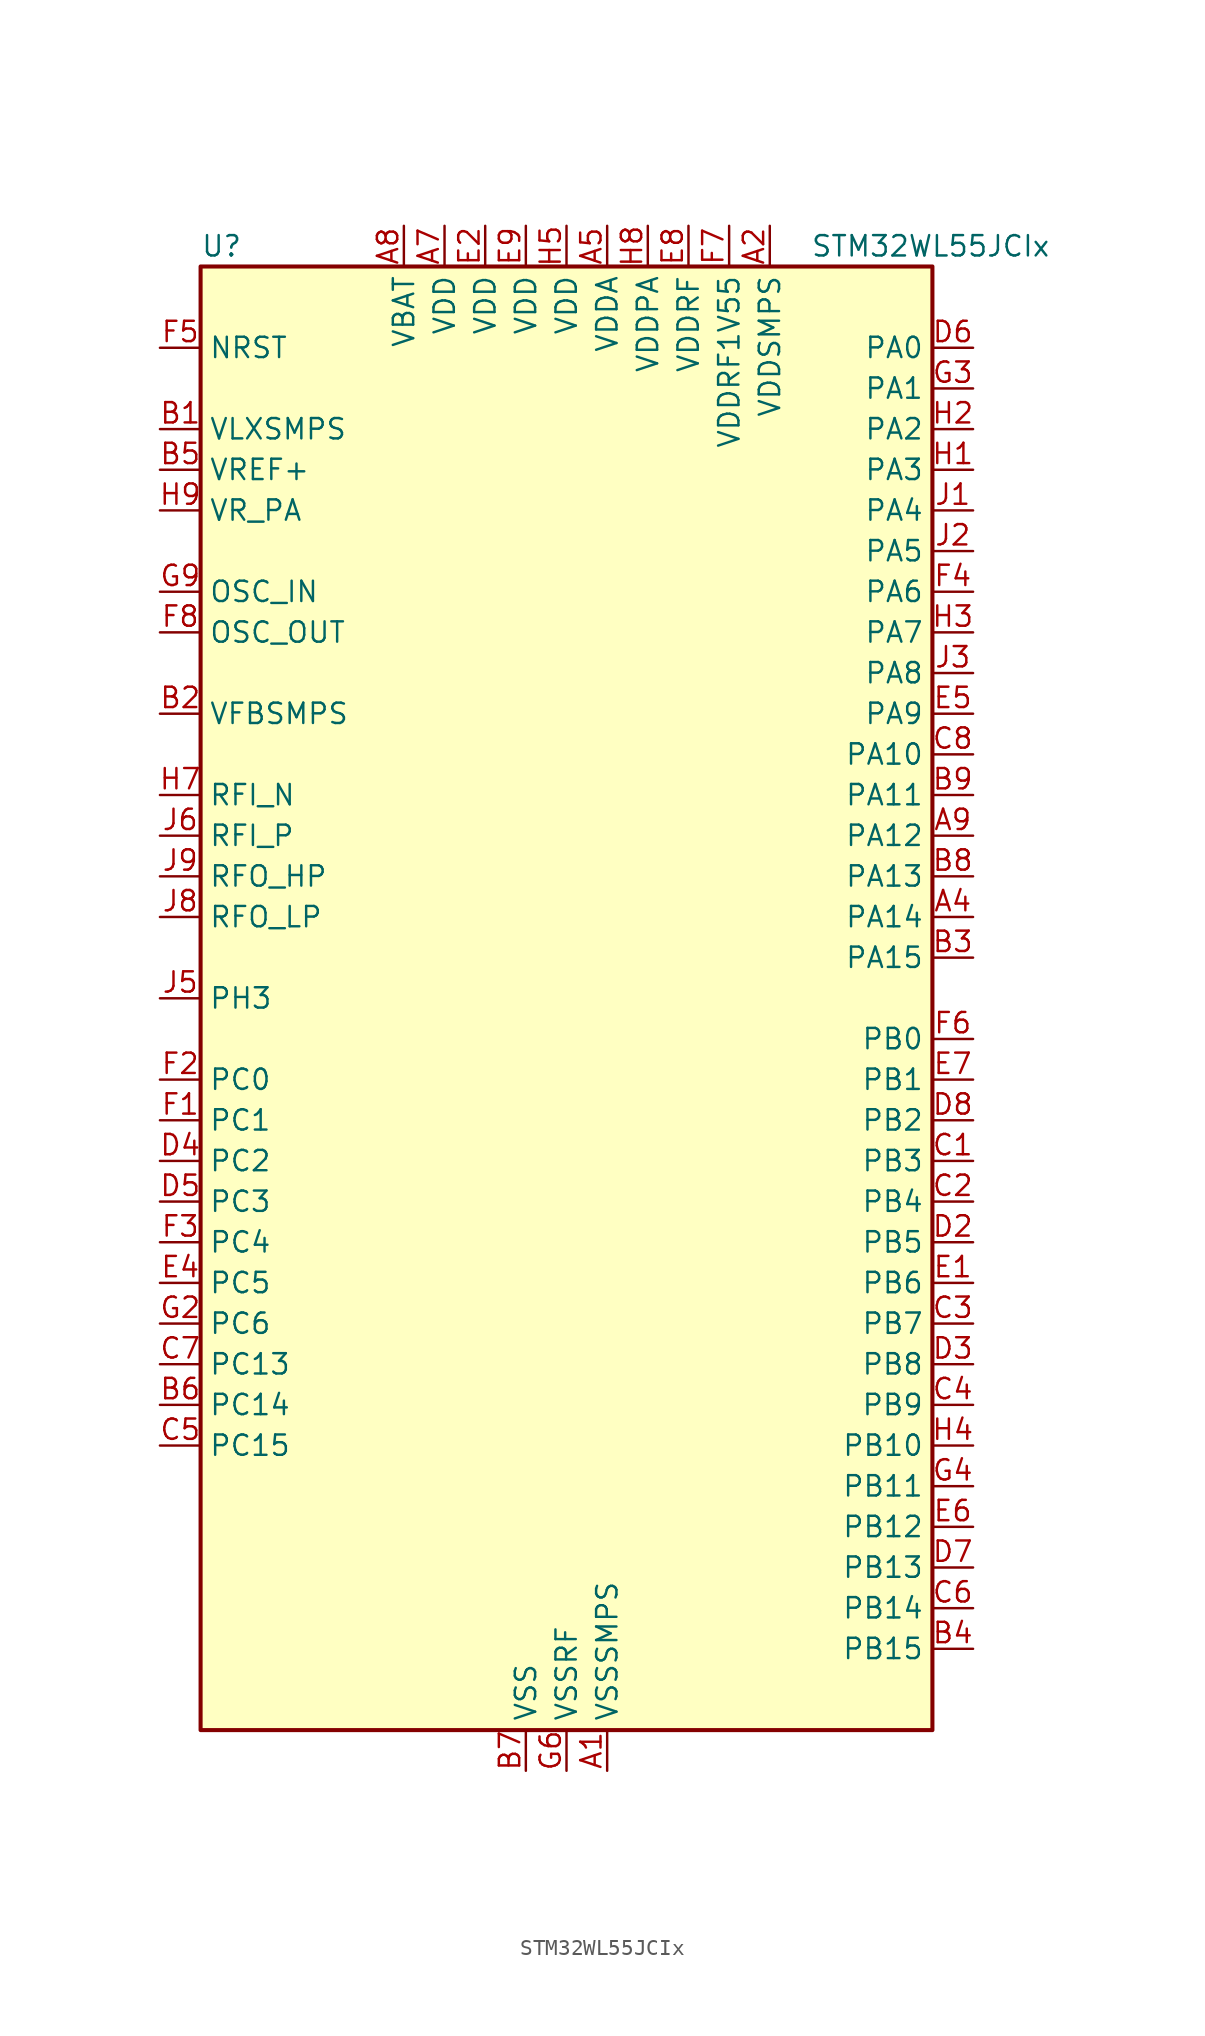
<source format=kicad_sym>
(kicad_symbol_lib
  (version 20241209)
  (generator "kicad_symbol_editor")
  (generator_version "9.0")
  (symbol "STM32WL55JCIx"
    (property "Reference" "U"
      (at -22.86 46.99 0)
      (effects (font (size 1.27 1.27)) (justify left)))
    (property "Value" "STM32WL55JCIx"
      (at 15.24 46.99 0)
      (effects (font (size 1.27 1.27)) (justify left)))
    (symbol "STM32WL55JCIx_0_1"
      (rectangle (start -22.86 -45.72) (end 22.86 45.72) (stroke (width 0.254) (type default)) (fill (type background))))
    (symbol "STM32WL55JCIx_1_1"
      (pin input line (at -25.4 40.64 0) (length 2.54) (name "NRST" (effects (font (size 1.27 1.27)))) (number "F5" (effects (font (size 1.27 1.27)))))
      (pin power_in line (at -25.4 35.56 0) (length 2.54) (name "VLXSMPS" (effects (font (size 1.27 1.27)))) (number "B1" (effects (font (size 1.27 1.27)))))
      (pin input line (at -25.4 33.02 0) (length 2.54) (name "VREF+" (effects (font (size 1.27 1.27)))) (number "B5" (effects (font (size 1.27 1.27)))) (alternate "VREFBUF_OUT" bidirectional line))
      (pin power_in line (at -25.4 30.48 0) (length 2.54) (name "VR_PA" (effects (font (size 1.27 1.27)))) (number "H9" (effects (font (size 1.27 1.27)))))
      (pin input line (at -25.4 25.4 0) (length 2.54) (name "OSC_IN" (effects (font (size 1.27 1.27)))) (number "G9" (effects (font (size 1.27 1.27)))) (alternate "RCC_OSC_IN" bidirectional line))
      (pin input line (at -25.4 22.86 0) (length 2.54) (name "OSC_OUT" (effects (font (size 1.27 1.27)))) (number "F8" (effects (font (size 1.27 1.27)))) (alternate "RCC_OSC_OUT" bidirectional line))
      (pin input line (at -25.4 17.78 0) (length 2.54) (name "VFBSMPS" (effects (font (size 1.27 1.27)))) (number "B2" (effects (font (size 1.27 1.27)))))
      (pin bidirectional line (at -25.4 12.7 0) (length 2.54) (name "RFI_N" (effects (font (size 1.27 1.27)))) (number "H7" (effects (font (size 1.27 1.27)))))
      (pin bidirectional line (at -25.4 10.16 0) (length 2.54) (name "RFI_P" (effects (font (size 1.27 1.27)))) (number "J6" (effects (font (size 1.27 1.27)))))
      (pin bidirectional line (at -25.4 7.62 0) (length 2.54) (name "RFO_HP" (effects (font (size 1.27 1.27)))) (number "J9" (effects (font (size 1.27 1.27)))))
      (pin bidirectional line (at -25.4 5.08 0) (length 2.54) (name "RFO_LP" (effects (font (size 1.27 1.27)))) (number "J8" (effects (font (size 1.27 1.27)))))
      (pin bidirectional line (at -25.4 0 0) (length 2.54) (name "PH3" (effects (font (size 1.27 1.27)))) (number "J5" (effects (font (size 1.27 1.27)))))
      (pin bidirectional line (at -25.4 -5.08 0) (length 2.54) (name "PC0" (effects (font (size 1.27 1.27)))) (number "F2" (effects (font (size 1.27 1.27)))) (alternate "I2C3_SCL" bidirectional line) (alternate "LPTIM1_IN1" bidirectional line) (alternate "LPTIM2_IN1" bidirectional line) (alternate "LPUART1_RX" bidirectional line))
      (pin bidirectional line (at -25.4 -7.62 0) (length 2.54) (name "PC1" (effects (font (size 1.27 1.27)))) (number "F1" (effects (font (size 1.27 1.27)))) (alternate "I2C3_SDA" bidirectional line) (alternate "I2S2_SD" bidirectional line) (alternate "LPTIM1_OUT" bidirectional line) (alternate "LPUART1_TX" bidirectional line) (alternate "SPI2_MOSI" bidirectional line))
      (pin bidirectional line (at -25.4 -10.16 0) (length 2.54) (name "PC2" (effects (font (size 1.27 1.27)))) (number "D4" (effects (font (size 1.27 1.27)))) (alternate "LPTIM1_IN2" bidirectional line) (alternate "SPI2_MISO" bidirectional line))
      (pin bidirectional line (at -25.4 -12.7 0) (length 2.54) (name "PC3" (effects (font (size 1.27 1.27)))) (number "D5" (effects (font (size 1.27 1.27)))) (alternate "I2S2_SD" bidirectional line) (alternate "LPTIM1_ETR" bidirectional line) (alternate "LPTIM2_ETR" bidirectional line) (alternate "SPI2_MOSI" bidirectional line))
      (pin bidirectional line (at -25.4 -15.24 0) (length 2.54) (name "PC4" (effects (font (size 1.27 1.27)))) (number "F3" (effects (font (size 1.27 1.27)))))
      (pin bidirectional line (at -25.4 -17.78 0) (length 2.54) (name "PC5" (effects (font (size 1.27 1.27)))) (number "E4" (effects (font (size 1.27 1.27)))))
      (pin bidirectional line (at -25.4 -20.32 0) (length 2.54) (name "PC6" (effects (font (size 1.27 1.27)))) (number "G2" (effects (font (size 1.27 1.27)))) (alternate "I2S2_MCK" bidirectional line))
      (pin bidirectional line (at -25.4 -22.86 0) (length 2.54) (name "PC13" (effects (font (size 1.27 1.27)))) (number "C7" (effects (font (size 1.27 1.27)))) (alternate "PWR_WKUP2" bidirectional line) (alternate "RTC_OUT1" bidirectional line) (alternate "RTC_TAMP_IN1" bidirectional line) (alternate "RTC_TS" bidirectional line))
      (pin bidirectional line (at -25.4 -25.4 0) (length 2.54) (name "PC14" (effects (font (size 1.27 1.27)))) (number "B6" (effects (font (size 1.27 1.27)))) (alternate "RCC_OSC32_IN" bidirectional line))
      (pin bidirectional line (at -25.4 -27.94 0) (length 2.54) (name "PC15" (effects (font (size 1.27 1.27)))) (number "C5" (effects (font (size 1.27 1.27)))) (alternate "RCC_OSC32_OUT" bidirectional line))
      (pin power_in line (at -10.16 48.26 270) (length 2.54) (name "VBAT" (effects (font (size 1.27 1.27)))) (number "A8" (effects (font (size 1.27 1.27)))))
      (pin power_in line (at -7.62 48.26 270) (length 2.54) (name "VDD" (effects (font (size 1.27 1.27)))) (number "A7" (effects (font (size 1.27 1.27)))))
      (pin power_in line (at -5.08 48.26 270) (length 2.54) (name "VDD" (effects (font (size 1.27 1.27)))) (number "E2" (effects (font (size 1.27 1.27)))))
      (pin power_in line (at -2.54 48.26 270) (length 2.54) (name "VDD" (effects (font (size 1.27 1.27)))) (number "E9" (effects (font (size 1.27 1.27)))))
      (pin power_in line (at -2.54 -48.26 90) (length 2.54) (name "VSS" (effects (font (size 1.27 1.27)))) (number "B7" (effects (font (size 1.27 1.27)))))
      (pin passive line (at -2.54 -48.26 90) (length 2.54) (hide yes) (name "VSS" (effects (font (size 1.27 1.27)))) (number "D9" (effects (font (size 1.27 1.27)))))
      (pin passive line (at -2.54 -48.26 90) (length 2.54) (hide yes) (name "VSS" (effects (font (size 1.27 1.27)))) (number "E3" (effects (font (size 1.27 1.27)))))
      (pin passive line (at -2.54 -48.26 90) (length 2.54) (hide yes) (name "VSS" (effects (font (size 1.27 1.27)))) (number "G5" (effects (font (size 1.27 1.27)))))
      (pin power_in line (at 0 48.26 270) (length 2.54) (name "VDD" (effects (font (size 1.27 1.27)))) (number "H5" (effects (font (size 1.27 1.27)))))
      (pin power_in line (at 0 -48.26 90) (length 2.54) (name "VSSRF" (effects (font (size 1.27 1.27)))) (number "G6" (effects (font (size 1.27 1.27)))))
      (pin passive line (at 0 -48.26 90) (length 2.54) (hide yes) (name "VSSRF" (effects (font (size 1.27 1.27)))) (number "G7" (effects (font (size 1.27 1.27)))))
      (pin passive line (at 0 -48.26 90) (length 2.54) (hide yes) (name "VSSRF" (effects (font (size 1.27 1.27)))) (number "G8" (effects (font (size 1.27 1.27)))))
      (pin passive line (at 0 -48.26 90) (length 2.54) (hide yes) (name "VSSRF" (effects (font (size 1.27 1.27)))) (number "H6" (effects (font (size 1.27 1.27)))))
      (pin power_in line (at 2.54 48.26 270) (length 2.54) (name "VDDA" (effects (font (size 1.27 1.27)))) (number "A5" (effects (font (size 1.27 1.27)))))
      (pin power_in line (at 2.54 -48.26 90) (length 2.54) (name "VSSSMPS" (effects (font (size 1.27 1.27)))) (number "A1" (effects (font (size 1.27 1.27)))))
      (pin power_in line (at 5.08 48.26 270) (length 2.54) (name "VDDPA" (effects (font (size 1.27 1.27)))) (number "H8" (effects (font (size 1.27 1.27)))))
      (pin power_in line (at 7.62 48.26 270) (length 2.54) (name "VDDRF" (effects (font (size 1.27 1.27)))) (number "E8" (effects (font (size 1.27 1.27)))))
      (pin power_in line (at 10.16 48.26 270) (length 2.54) (name "VDDRF1V55" (effects (font (size 1.27 1.27)))) (number "F7" (effects (font (size 1.27 1.27)))))
      (pin power_in line (at 12.7 48.26 270) (length 2.54) (name "VDDSMPS" (effects (font (size 1.27 1.27)))) (number "A2" (effects (font (size 1.27 1.27)))))
      (pin bidirectional line (at 25.4 40.64 180) (length 2.54) (name "PA0" (effects (font (size 1.27 1.27)))) (number "D6" (effects (font (size 1.27 1.27)))) (alternate "COMP1_OUT" bidirectional line) (alternate "DEBUG_PWR-REGLP1S" bidirectional line) (alternate "I2C3_SMBA" bidirectional line) (alternate "I2S_CKIN" bidirectional line) (alternate "PWR_WKUP1" bidirectional line) (alternate "RTC_TAMP_IN2" bidirectional line) (alternate "TIM2_CH1" bidirectional line) (alternate "TIM2_ETR" bidirectional line) (alternate "USART2_CTS" bidirectional line) (alternate "USART2_NSS" bidirectional line))
      (pin bidirectional line (at 25.4 38.1 180) (length 2.54) (name "PA1" (effects (font (size 1.27 1.27)))) (number "G3" (effects (font (size 1.27 1.27)))) (alternate "DEBUG_PWR-REGLP2S" bidirectional line) (alternate "I2C1_SMBA" bidirectional line) (alternate "LPTIM3_OUT" bidirectional line) (alternate "LPUART1_RTS" bidirectional line) (alternate "SPI1_SCK" bidirectional line) (alternate "TIM2_CH2" bidirectional line) (alternate "USART2_DE" bidirectional line) (alternate "USART2_RTS" bidirectional line))
      (pin bidirectional line (at 25.4 35.56 180) (length 2.54) (name "PA2" (effects (font (size 1.27 1.27)))) (number "H2" (effects (font (size 1.27 1.27)))) (alternate "COMP2_OUT" bidirectional line) (alternate "DEBUG_PWR-LDORDY" bidirectional line) (alternate "LPUART1_TX" bidirectional line) (alternate "RCC_LSCO" bidirectional line) (alternate "TIM2_CH3" bidirectional line) (alternate "USART2_TX" bidirectional line))
      (pin bidirectional line (at 25.4 33.02 180) (length 2.54) (name "PA3" (effects (font (size 1.27 1.27)))) (number "H1" (effects (font (size 1.27 1.27)))) (alternate "I2S2_MCK" bidirectional line) (alternate "LPUART1_RX" bidirectional line) (alternate "TIM2_CH4" bidirectional line) (alternate "USART2_RX" bidirectional line))
      (pin bidirectional line (at 25.4 30.48 180) (length 2.54) (name "PA4" (effects (font (size 1.27 1.27)))) (number "J1" (effects (font (size 1.27 1.27)))) (alternate "DEBUG_SUBGHZSPI-NSSOUT" bidirectional line) (alternate "LPTIM1_OUT" bidirectional line) (alternate "LPTIM2_OUT" bidirectional line) (alternate "RTC_OUT2" bidirectional line) (alternate "SPI1_NSS" bidirectional line) (alternate "USART2_CK" bidirectional line))
      (pin bidirectional line (at 25.4 27.94 180) (length 2.54) (name "PA5" (effects (font (size 1.27 1.27)))) (number "J2" (effects (font (size 1.27 1.27)))) (alternate "DEBUG_SUBGHZSPI-SCKOUT" bidirectional line) (alternate "LPTIM2_ETR" bidirectional line) (alternate "SPI1_SCK" bidirectional line) (alternate "SPI2_MISO" bidirectional line) (alternate "TIM2_CH1" bidirectional line) (alternate "TIM2_ETR" bidirectional line))
      (pin bidirectional line (at 25.4 25.4 180) (length 2.54) (name "PA6" (effects (font (size 1.27 1.27)))) (number "F4" (effects (font (size 1.27 1.27)))) (alternate "DEBUG_SUBGHZSPI-MISOOUT" bidirectional line) (alternate "I2C2_SMBA" bidirectional line) (alternate "LPUART1_CTS" bidirectional line) (alternate "SPI1_MISO" bidirectional line) (alternate "TIM16_CH1" bidirectional line) (alternate "TIM1_BKIN" bidirectional line))
      (pin bidirectional line (at 25.4 22.86 180) (length 2.54) (name "PA7" (effects (font (size 1.27 1.27)))) (number "H3" (effects (font (size 1.27 1.27)))) (alternate "COMP2_OUT" bidirectional line) (alternate "DEBUG_SUBGHZSPI-MOSIOUT" bidirectional line) (alternate "I2C3_SCL" bidirectional line) (alternate "SPI1_MOSI" bidirectional line) (alternate "TIM17_CH1" bidirectional line) (alternate "TIM1_CH1N" bidirectional line))
      (pin bidirectional line (at 25.4 20.32 180) (length 2.54) (name "PA8" (effects (font (size 1.27 1.27)))) (number "J3" (effects (font (size 1.27 1.27)))) (alternate "I2S2_CK" bidirectional line) (alternate "LPTIM2_OUT" bidirectional line) (alternate "RCC_MCO" bidirectional line) (alternate "SPI2_SCK" bidirectional line) (alternate "TIM1_CH1" bidirectional line) (alternate "USART1_CK" bidirectional line))
      (pin bidirectional line (at 25.4 17.78 180) (length 2.54) (name "PA9" (effects (font (size 1.27 1.27)))) (number "E5" (effects (font (size 1.27 1.27)))) (alternate "DAC_EXTI9" bidirectional line) (alternate "I2C1_SCL" bidirectional line) (alternate "I2S2_CK" bidirectional line) (alternate "I2S2_WS" bidirectional line) (alternate "SPI2_NSS" bidirectional line) (alternate "SPI2_SCK" bidirectional line) (alternate "TIM1_CH2" bidirectional line) (alternate "USART1_TX" bidirectional line))
      (pin bidirectional line (at 25.4 15.24 180) (length 2.54) (name "PA10" (effects (font (size 1.27 1.27)))) (number "C8" (effects (font (size 1.27 1.27)))) (alternate "ADC_IN6" bidirectional line) (alternate "COMP1_INM" bidirectional line) (alternate "COMP2_INM" bidirectional line) (alternate "DAC_OUT1" bidirectional line) (alternate "DEBUG_RF-HSE32RDY" bidirectional line) (alternate "I2C1_SDA" bidirectional line) (alternate "I2S2_SD" bidirectional line) (alternate "RTC_REFIN" bidirectional line) (alternate "SPI2_MOSI" bidirectional line) (alternate "TIM17_BKIN" bidirectional line) (alternate "TIM1_CH3" bidirectional line) (alternate "USART1_RX" bidirectional line))
      (pin bidirectional line (at 25.4 12.7 180) (length 2.54) (name "PA11" (effects (font (size 1.27 1.27)))) (number "B9" (effects (font (size 1.27 1.27)))) (alternate "ADC_EXTI11" bidirectional line) (alternate "ADC_IN7" bidirectional line) (alternate "COMP1_INM" bidirectional line) (alternate "COMP2_INM" bidirectional line) (alternate "DEBUG_RF-NRESET" bidirectional line) (alternate "I2C2_SDA" bidirectional line) (alternate "LPTIM3_ETR" bidirectional line) (alternate "SPI1_MISO" bidirectional line) (alternate "TIM1_BKIN2" bidirectional line) (alternate "TIM1_CH4" bidirectional line) (alternate "USART1_CTS" bidirectional line) (alternate "USART1_NSS" bidirectional line))
      (pin bidirectional line (at 25.4 10.16 180) (length 2.54) (name "PA12" (effects (font (size 1.27 1.27)))) (number "A9" (effects (font (size 1.27 1.27)))) (alternate "ADC_IN8" bidirectional line) (alternate "DEBUG_RF-BUSY" bidirectional line) (alternate "I2C2_SCL" bidirectional line) (alternate "LPTIM3_IN1" bidirectional line) (alternate "SPI1_MOSI" bidirectional line) (alternate "TIM1_ETR" bidirectional line) (alternate "USART1_DE" bidirectional line) (alternate "USART1_RTS" bidirectional line))
      (pin bidirectional line (at 25.4 7.62 180) (length 2.54) (name "PA13" (effects (font (size 1.27 1.27)))) (number "B8" (effects (font (size 1.27 1.27)))) (alternate "ADC_IN9" bidirectional line) (alternate "DEBUG_JTMS-SWDIO" bidirectional line) (alternate "I2C2_SMBA" bidirectional line) (alternate "IR_OUT" bidirectional line))
      (pin bidirectional line (at 25.4 5.08 180) (length 2.54) (name "PA14" (effects (font (size 1.27 1.27)))) (number "A4" (effects (font (size 1.27 1.27)))) (alternate "ADC_IN10" bidirectional line) (alternate "DEBUG_JTCK-SWCLK" bidirectional line) (alternate "I2C1_SMBA" bidirectional line) (alternate "LPTIM1_OUT" bidirectional line))
      (pin bidirectional line (at 25.4 2.54 180) (length 2.54) (name "PA15" (effects (font (size 1.27 1.27)))) (number "B3" (effects (font (size 1.27 1.27)))) (alternate "ADC_IN11" bidirectional line) (alternate "COMP1_INM" bidirectional line) (alternate "COMP2_INP" bidirectional line) (alternate "DEBUG_JTDI" bidirectional line) (alternate "I2C2_SDA" bidirectional line) (alternate "SPI1_NSS" bidirectional line) (alternate "TIM2_CH1" bidirectional line) (alternate "TIM2_ETR" bidirectional line))
      (pin bidirectional line (at 25.4 -2.54 180) (length 2.54) (name "PB0" (effects (font (size 1.27 1.27)))) (number "F6" (effects (font (size 1.27 1.27)))) (alternate "COMP1_OUT" bidirectional line) (alternate "VDDTCXO" bidirectional line))
      (pin bidirectional line (at 25.4 -5.08 180) (length 2.54) (name "PB1" (effects (font (size 1.27 1.27)))) (number "E7" (effects (font (size 1.27 1.27)))) (alternate "ADC_IN5" bidirectional line) (alternate "COMP2_INP" bidirectional line) (alternate "LPTIM2_IN1" bidirectional line) (alternate "LPUART1_DE" bidirectional line) (alternate "LPUART1_RTS" bidirectional line))
      (pin bidirectional line (at 25.4 -7.62 180) (length 2.54) (name "PB2" (effects (font (size 1.27 1.27)))) (number "D8" (effects (font (size 1.27 1.27)))) (alternate "ADC_IN4" bidirectional line) (alternate "COMP1_INP" bidirectional line) (alternate "COMP2_INM" bidirectional line) (alternate "DEBUG_RF-SMPSRDY" bidirectional line) (alternate "I2C3_SMBA" bidirectional line) (alternate "LPTIM1_OUT" bidirectional line) (alternate "SPI1_NSS" bidirectional line))
      (pin bidirectional line (at 25.4 -10.16 180) (length 2.54) (name "PB3" (effects (font (size 1.27 1.27)))) (number "C1" (effects (font (size 1.27 1.27)))) (alternate "ADC_IN2" bidirectional line) (alternate "COMP1_INM" bidirectional line) (alternate "COMP2_INM" bidirectional line) (alternate "DEBUG_JTDO-SWO" bidirectional line) (alternate "DEBUG_RF-DTB1" bidirectional line) (alternate "PWR_WKUP3" bidirectional line) (alternate "RTC_TAMP_IN3" bidirectional line) (alternate "SPI1_SCK" bidirectional line) (alternate "TIM2_CH2" bidirectional line) (alternate "USART1_DE" bidirectional line) (alternate "USART1_RTS" bidirectional line))
      (pin bidirectional line (at 25.4 -12.7 180) (length 2.54) (name "PB4" (effects (font (size 1.27 1.27)))) (number "C2" (effects (font (size 1.27 1.27)))) (alternate "ADC_IN3" bidirectional line) (alternate "COMP1_INP" bidirectional line) (alternate "COMP2_INP" bidirectional line) (alternate "DEBUG_JTRST" bidirectional line) (alternate "DEBUG_RF-LDORDY" bidirectional line) (alternate "I2C3_SDA" bidirectional line) (alternate "SPI1_MISO" bidirectional line) (alternate "TIM17_BKIN" bidirectional line) (alternate "USART1_CTS" bidirectional line) (alternate "USART1_NSS" bidirectional line))
      (pin bidirectional line (at 25.4 -15.24 180) (length 2.54) (name "PB5" (effects (font (size 1.27 1.27)))) (number "D2" (effects (font (size 1.27 1.27)))) (alternate "COMP2_OUT" bidirectional line) (alternate "I2C1_SMBA" bidirectional line) (alternate "LPTIM1_IN1" bidirectional line) (alternate "SPI1_MOSI" bidirectional line) (alternate "TIM16_BKIN" bidirectional line) (alternate "USART1_CK" bidirectional line))
      (pin bidirectional line (at 25.4 -17.78 180) (length 2.54) (name "PB6" (effects (font (size 1.27 1.27)))) (number "E1" (effects (font (size 1.27 1.27)))) (alternate "I2C1_SCL" bidirectional line) (alternate "LPTIM1_ETR" bidirectional line) (alternate "TIM16_CH1N" bidirectional line) (alternate "USART1_TX" bidirectional line))
      (pin bidirectional line (at 25.4 -20.32 180) (length 2.54) (name "PB7" (effects (font (size 1.27 1.27)))) (number "C3" (effects (font (size 1.27 1.27)))) (alternate "I2C1_SDA" bidirectional line) (alternate "LPTIM1_IN2" bidirectional line) (alternate "PWR_PVD_IN" bidirectional line) (alternate "TIM17_CH1N" bidirectional line) (alternate "TIM1_BKIN" bidirectional line) (alternate "USART1_RX" bidirectional line))
      (pin bidirectional line (at 25.4 -22.86 180) (length 2.54) (name "PB8" (effects (font (size 1.27 1.27)))) (number "D3" (effects (font (size 1.27 1.27)))) (alternate "I2C1_SCL" bidirectional line) (alternate "TIM16_CH1" bidirectional line) (alternate "TIM1_CH2N" bidirectional line))
      (pin bidirectional line (at 25.4 -25.4 180) (length 2.54) (name "PB9" (effects (font (size 1.27 1.27)))) (number "C4" (effects (font (size 1.27 1.27)))) (alternate "DAC_EXTI9" bidirectional line) (alternate "I2C1_SDA" bidirectional line) (alternate "I2S2_WS" bidirectional line) (alternate "IR_OUT" bidirectional line) (alternate "SPI2_NSS" bidirectional line) (alternate "TIM17_CH1" bidirectional line) (alternate "TIM1_CH3N" bidirectional line))
      (pin bidirectional line (at 25.4 -27.94 180) (length 2.54) (name "PB10" (effects (font (size 1.27 1.27)))) (number "H4" (effects (font (size 1.27 1.27)))) (alternate "COMP1_OUT" bidirectional line) (alternate "I2C3_SCL" bidirectional line) (alternate "I2S2_CK" bidirectional line) (alternate "LPUART1_RX" bidirectional line) (alternate "SPI2_SCK" bidirectional line) (alternate "TIM2_CH3" bidirectional line))
      (pin bidirectional line (at 25.4 -30.48 180) (length 2.54) (name "PB11" (effects (font (size 1.27 1.27)))) (number "G4" (effects (font (size 1.27 1.27)))) (alternate "ADC_EXTI11" bidirectional line) (alternate "COMP2_OUT" bidirectional line) (alternate "I2C3_SDA" bidirectional line) (alternate "LPUART1_TX" bidirectional line) (alternate "TIM2_CH4" bidirectional line))
      (pin bidirectional line (at 25.4 -33.02 180) (length 2.54) (name "PB12" (effects (font (size 1.27 1.27)))) (number "E6" (effects (font (size 1.27 1.27)))) (alternate "I2C3_SMBA" bidirectional line) (alternate "I2S2_WS" bidirectional line) (alternate "LPUART1_RTS" bidirectional line) (alternate "SPI2_NSS" bidirectional line) (alternate "TIM1_BKIN" bidirectional line))
      (pin bidirectional line (at 25.4 -35.56 180) (length 2.54) (name "PB13" (effects (font (size 1.27 1.27)))) (number "D7" (effects (font (size 1.27 1.27)))) (alternate "ADC_IN0" bidirectional line) (alternate "I2C3_SCL" bidirectional line) (alternate "I2S2_CK" bidirectional line) (alternate "LPUART1_CTS" bidirectional line) (alternate "SPI2_SCK" bidirectional line) (alternate "TIM1_CH1N" bidirectional line))
      (pin bidirectional line (at 25.4 -38.1 180) (length 2.54) (name "PB14" (effects (font (size 1.27 1.27)))) (number "C6" (effects (font (size 1.27 1.27)))) (alternate "ADC_IN1" bidirectional line) (alternate "I2C3_SDA" bidirectional line) (alternate "I2S2_MCK" bidirectional line) (alternate "SPI2_MISO" bidirectional line) (alternate "TIM1_CH2N" bidirectional line))
      (pin bidirectional line (at 25.4 -40.64 180) (length 2.54) (name "PB15" (effects (font (size 1.27 1.27)))) (number "B4" (effects (font (size 1.27 1.27)))) (alternate "I2C2_SCL" bidirectional line) (alternate "I2S2_SD" bidirectional line) (alternate "SPI2_MOSI" bidirectional line) (alternate "TIM1_CH3N" bidirectional line)))))
</source>
